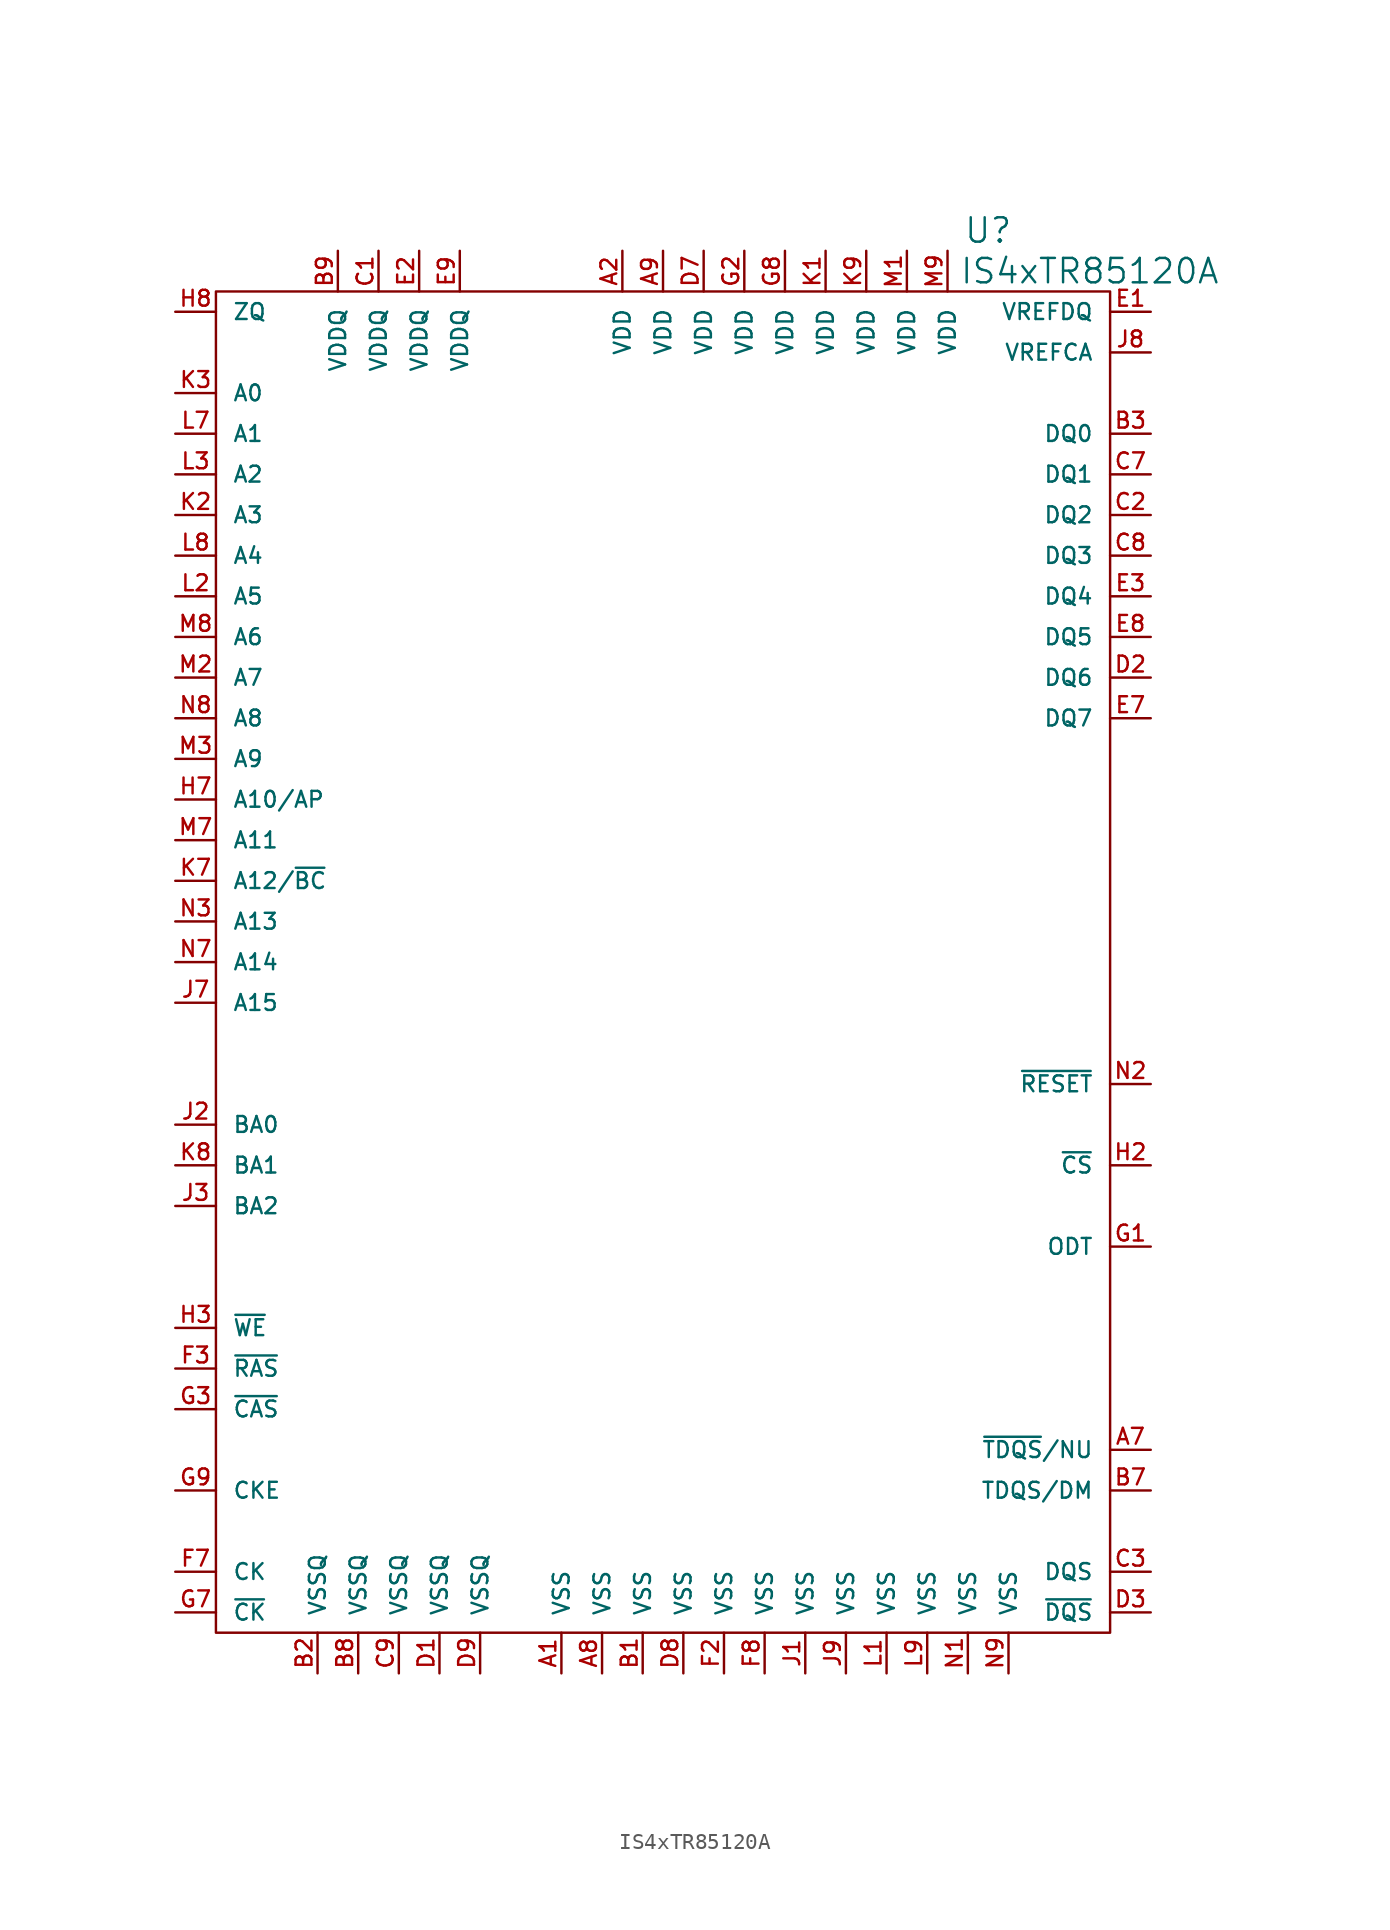
<source format=kicad_sym>
(kicad_symbol_lib
  (version 20220914)
  (generator kicad_symbol_editor)
  (symbol "IS4xTR85120A"
    (pin_names
      (offset 1.016))
    (property "Reference" "U"
      (at 20.32 45.72 0)
      (effects (font (size 1.524 1.524))))
    (property "Value" "IS4xTR85120A"
      (at 26.67 43.18 0)
      (effects (font (size 1.524 1.524))))
    (property "Footprint" ""
      (at -10.16 12.7 0)
      (effects (font (size 1.524 1.524))))
    (property "Datasheet" ""
      (at 0 0 0)
      (effects (font (size 1.524 1.524))))
    (symbol "IS4xTR85120A_0_1"
      (rectangle (start -27.94 41.91) (end 27.94 -41.91) (stroke (width 0) (type solid)) (fill (type none))))
    (symbol "IS4xTR85120A_1_1"
      (pin passive line (at -6.35 -44.45 90) (length 2.54) (name "VSS" (effects (font (size 0.991 0.991)))) (number "A1" (effects (font (size 0.991 0.991)))))
      (pin passive line (at -2.54 44.45 270) (length 2.54) (name "VDD" (effects (font (size 0.991 0.991)))) (number "A2" (effects (font (size 0.991 0.991)))))
      (pin passive line (at 30.48 -30.48 180) (length 2.54) (name "~{TDQS}/NU" (effects (font (size 0.991 0.991)))) (number "A7" (effects (font (size 0.991 0.991)))))
      (pin passive line (at -3.81 -44.45 90) (length 2.54) (name "VSS" (effects (font (size 0.991 0.991)))) (number "A8" (effects (font (size 0.991 0.991)))))
      (pin passive line (at 0 44.45 270) (length 2.54) (name "VDD" (effects (font (size 0.991 0.991)))) (number "A9" (effects (font (size 0.991 0.991)))))
      (pin passive line (at -1.27 -44.45 90) (length 2.54) (name "VSS" (effects (font (size 0.991 0.991)))) (number "B1" (effects (font (size 0.991 0.991)))))
      (pin passive line (at -21.59 -44.45 90) (length 2.54) (name "VSSQ" (effects (font (size 0.991 0.991)))) (number "B2" (effects (font (size 0.991 0.991)))))
      (pin passive line (at 30.48 33.02 180) (length 2.54) (name "DQ0" (effects (font (size 0.991 0.991)))) (number "B3" (effects (font (size 0.991 0.991)))))
      (pin passive line (at 30.48 -33.02 180) (length 2.54) (name "TDQS/DM" (effects (font (size 0.991 0.991)))) (number "B7" (effects (font (size 0.991 0.991)))))
      (pin passive line (at -19.05 -44.45 90) (length 2.54) (name "VSSQ" (effects (font (size 0.991 0.991)))) (number "B8" (effects (font (size 0.991 0.991)))))
      (pin passive line (at -20.32 44.45 270) (length 2.54) (name "VDDQ" (effects (font (size 0.991 0.991)))) (number "B9" (effects (font (size 0.991 0.991)))))
      (pin passive line (at -17.78 44.45 270) (length 2.54) (name "VDDQ" (effects (font (size 0.991 0.991)))) (number "C1" (effects (font (size 0.991 0.991)))))
      (pin passive line (at 30.48 27.94 180) (length 2.54) (name "DQ2" (effects (font (size 0.991 0.991)))) (number "C2" (effects (font (size 0.991 0.991)))))
      (pin passive line (at 30.48 -38.1 180) (length 2.54) (name "DQS" (effects (font (size 0.991 0.991)))) (number "C3" (effects (font (size 0.991 0.991)))))
      (pin passive line (at 30.48 30.48 180) (length 2.54) (name "DQ1" (effects (font (size 0.991 0.991)))) (number "C7" (effects (font (size 0.991 0.991)))))
      (pin passive line (at 30.48 25.4 180) (length 2.54) (name "DQ3" (effects (font (size 0.991 0.991)))) (number "C8" (effects (font (size 0.991 0.991)))))
      (pin passive line (at -16.51 -44.45 90) (length 2.54) (name "VSSQ" (effects (font (size 0.991 0.991)))) (number "C9" (effects (font (size 0.991 0.991)))))
      (pin passive line (at -13.97 -44.45 90) (length 2.54) (name "VSSQ" (effects (font (size 0.991 0.991)))) (number "D1" (effects (font (size 0.991 0.991)))))
      (pin passive line (at 30.48 17.78 180) (length 2.54) (name "DQ6" (effects (font (size 0.991 0.991)))) (number "D2" (effects (font (size 0.991 0.991)))))
      (pin passive line (at 30.48 -40.64 180) (length 2.54) (name "~{DQS}" (effects (font (size 0.991 0.991)))) (number "D3" (effects (font (size 0.991 0.991)))))
      (pin passive line (at 2.54 44.45 270) (length 2.54) (name "VDD" (effects (font (size 0.991 0.991)))) (number "D7" (effects (font (size 0.991 0.991)))))
      (pin passive line (at 1.27 -44.45 90) (length 2.54) (name "VSS" (effects (font (size 0.991 0.991)))) (number "D8" (effects (font (size 0.991 0.991)))))
      (pin passive line (at -11.43 -44.45 90) (length 2.54) (name "VSSQ" (effects (font (size 0.991 0.991)))) (number "D9" (effects (font (size 0.991 0.991)))))
      (pin passive line (at 30.48 40.64 180) (length 2.54) (name "VREFDQ" (effects (font (size 0.991 0.991)))) (number "E1" (effects (font (size 0.991 0.991)))))
      (pin passive line (at -15.24 44.45 270) (length 2.54) (name "VDDQ" (effects (font (size 0.991 0.991)))) (number "E2" (effects (font (size 0.991 0.991)))))
      (pin passive line (at 30.48 22.86 180) (length 2.54) (name "DQ4" (effects (font (size 0.991 0.991)))) (number "E3" (effects (font (size 0.991 0.991)))))
      (pin passive line (at 30.48 15.24 180) (length 2.54) (name "DQ7" (effects (font (size 0.991 0.991)))) (number "E7" (effects (font (size 0.991 0.991)))))
      (pin passive line (at 30.48 20.32 180) (length 2.54) (name "DQ5" (effects (font (size 0.991 0.991)))) (number "E8" (effects (font (size 0.991 0.991)))))
      (pin passive line (at -12.7 44.45 270) (length 2.54) (name "VDDQ" (effects (font (size 0.991 0.991)))) (number "E9" (effects (font (size 0.991 0.991)))))
      (pin passive line (at 3.81 -44.45 90) (length 2.54) (name "VSS" (effects (font (size 0.991 0.991)))) (number "F2" (effects (font (size 0.991 0.991)))))
      (pin passive line (at -30.48 -25.4 0) (length 2.54) (name "~{RAS}" (effects (font (size 0.991 0.991)))) (number "F3" (effects (font (size 0.991 0.991)))))
      (pin passive line (at -30.48 -38.1 0) (length 2.54) (name "CK" (effects (font (size 0.991 0.991)))) (number "F7" (effects (font (size 0.991 0.991)))))
      (pin passive line (at 6.35 -44.45 90) (length 2.54) (name "VSS" (effects (font (size 0.991 0.991)))) (number "F8" (effects (font (size 0.991 0.991)))))
      (pin passive line (at 30.48 -17.78 180) (length 2.54) (name "ODT" (effects (font (size 0.991 0.991)))) (number "G1" (effects (font (size 0.991 0.991)))))
      (pin passive line (at 5.08 44.45 270) (length 2.54) (name "VDD" (effects (font (size 0.991 0.991)))) (number "G2" (effects (font (size 0.991 0.991)))))
      (pin passive line (at -30.48 -27.94 0) (length 2.54) (name "~{CAS}" (effects (font (size 0.991 0.991)))) (number "G3" (effects (font (size 0.991 0.991)))))
      (pin passive line (at -30.48 -40.64 0) (length 2.54) (name "~{CK}" (effects (font (size 0.991 0.991)))) (number "G7" (effects (font (size 0.991 0.991)))))
      (pin passive line (at 7.62 44.45 270) (length 2.54) (name "VDD" (effects (font (size 0.991 0.991)))) (number "G8" (effects (font (size 0.991 0.991)))))
      (pin passive line (at -30.48 -33.02 0) (length 2.54) (name "CKE" (effects (font (size 0.991 0.991)))) (number "G9" (effects (font (size 0.991 0.991)))))
      (pin passive line (at 30.48 -12.7 180) (length 2.54) (name "~{CS}" (effects (font (size 0.991 0.991)))) (number "H2" (effects (font (size 0.991 0.991)))))
      (pin passive line (at -30.48 -22.86 0) (length 2.54) (name "~{WE}" (effects (font (size 0.991 0.991)))) (number "H3" (effects (font (size 0.991 0.991)))))
      (pin passive line (at -30.48 10.16 0) (length 2.54) (name "A10/AP" (effects (font (size 0.991 0.991)))) (number "H7" (effects (font (size 0.991 0.991)))))
      (pin passive line (at -30.48 40.64 0) (length 2.54) (name "ZQ" (effects (font (size 0.991 0.991)))) (number "H8" (effects (font (size 0.991 0.991)))))
      (pin passive line (at 8.89 -44.45 90) (length 2.54) (name "VSS" (effects (font (size 0.991 0.991)))) (number "J1" (effects (font (size 0.991 0.991)))))
      (pin passive line (at -30.48 -10.16 0) (length 2.54) (name "BA0" (effects (font (size 0.991 0.991)))) (number "J2" (effects (font (size 0.991 0.991)))))
      (pin passive line (at -30.48 -15.24 0) (length 2.54) (name "BA2" (effects (font (size 0.991 0.991)))) (number "J3" (effects (font (size 0.991 0.991)))))
      (pin passive line (at -30.48 -2.54 0) (length 2.54) (name "A15" (effects (font (size 0.991 0.991)))) (number "J7" (effects (font (size 0.991 0.991)))))
      (pin passive line (at 30.48 38.1 180) (length 2.54) (name "VREFCA" (effects (font (size 0.991 0.991)))) (number "J8" (effects (font (size 0.991 0.991)))))
      (pin passive line (at 11.43 -44.45 90) (length 2.54) (name "VSS" (effects (font (size 0.991 0.991)))) (number "J9" (effects (font (size 0.991 0.991)))))
      (pin passive line (at 10.16 44.45 270) (length 2.54) (name "VDD" (effects (font (size 0.991 0.991)))) (number "K1" (effects (font (size 0.991 0.991)))))
      (pin passive line (at -30.48 27.94 0) (length 2.54) (name "A3" (effects (font (size 0.991 0.991)))) (number "K2" (effects (font (size 0.991 0.991)))))
      (pin passive line (at -30.48 35.56 0) (length 2.54) (name "A0" (effects (font (size 0.991 0.991)))) (number "K3" (effects (font (size 0.991 0.991)))))
      (pin passive line (at -30.48 5.08 0) (length 2.54) (name "A12/~{BC}" (effects (font (size 0.991 0.991)))) (number "K7" (effects (font (size 0.991 0.991)))))
      (pin passive line (at -30.48 -12.7 0) (length 2.54) (name "BA1" (effects (font (size 0.991 0.991)))) (number "K8" (effects (font (size 0.991 0.991)))))
      (pin passive line (at 12.7 44.45 270) (length 2.54) (name "VDD" (effects (font (size 0.991 0.991)))) (number "K9" (effects (font (size 0.991 0.991)))))
      (pin passive line (at 13.97 -44.45 90) (length 2.54) (name "VSS" (effects (font (size 0.991 0.991)))) (number "L1" (effects (font (size 0.991 0.991)))))
      (pin passive line (at -30.48 22.86 0) (length 2.54) (name "A5" (effects (font (size 0.991 0.991)))) (number "L2" (effects (font (size 0.991 0.991)))))
      (pin passive line (at -30.48 30.48 0) (length 2.54) (name "A2" (effects (font (size 0.991 0.991)))) (number "L3" (effects (font (size 0.991 0.991)))))
      (pin passive line (at -30.48 33.02 0) (length 2.54) (name "A1" (effects (font (size 0.991 0.991)))) (number "L7" (effects (font (size 0.991 0.991)))))
      (pin passive line (at -30.48 25.4 0) (length 2.54) (name "A4" (effects (font (size 0.991 0.991)))) (number "L8" (effects (font (size 0.991 0.991)))))
      (pin passive line (at 16.51 -44.45 90) (length 2.54) (name "VSS" (effects (font (size 0.991 0.991)))) (number "L9" (effects (font (size 0.991 0.991)))))
      (pin passive line (at 15.24 44.45 270) (length 2.54) (name "VDD" (effects (font (size 0.991 0.991)))) (number "M1" (effects (font (size 0.991 0.991)))))
      (pin passive line (at -30.48 17.78 0) (length 2.54) (name "A7" (effects (font (size 0.991 0.991)))) (number "M2" (effects (font (size 0.991 0.991)))))
      (pin passive line (at -30.48 12.7 0) (length 2.54) (name "A9" (effects (font (size 0.991 0.991)))) (number "M3" (effects (font (size 0.991 0.991)))))
      (pin passive line (at -30.48 7.62 0) (length 2.54) (name "A11" (effects (font (size 0.991 0.991)))) (number "M7" (effects (font (size 0.991 0.991)))))
      (pin passive line (at -30.48 20.32 0) (length 2.54) (name "A6" (effects (font (size 0.991 0.991)))) (number "M8" (effects (font (size 0.991 0.991)))))
      (pin passive line (at 17.78 44.45 270) (length 2.54) (name "VDD" (effects (font (size 0.991 0.991)))) (number "M9" (effects (font (size 0.991 0.991)))))
      (pin passive line (at 19.05 -44.45 90) (length 2.54) (name "VSS" (effects (font (size 0.991 0.991)))) (number "N1" (effects (font (size 0.991 0.991)))))
      (pin passive line (at 30.48 -7.62 180) (length 2.54) (name "~{RESET}" (effects (font (size 0.991 0.991)))) (number "N2" (effects (font (size 0.991 0.991)))))
      (pin passive line (at -30.48 2.54 0) (length 2.54) (name "A13" (effects (font (size 0.991 0.991)))) (number "N3" (effects (font (size 0.991 0.991)))))
      (pin passive line (at -30.48 0 0) (length 2.54) (name "A14" (effects (font (size 0.991 0.991)))) (number "N7" (effects (font (size 0.991 0.991)))))
      (pin passive line (at -30.48 15.24 0) (length 2.54) (name "A8" (effects (font (size 0.991 0.991)))) (number "N8" (effects (font (size 0.991 0.991)))))
      (pin passive line (at 21.59 -44.45 90) (length 2.54) (name "VSS" (effects (font (size 0.991 0.991)))) (number "N9" (effects (font (size 0.991 0.991))))))))
</source>
